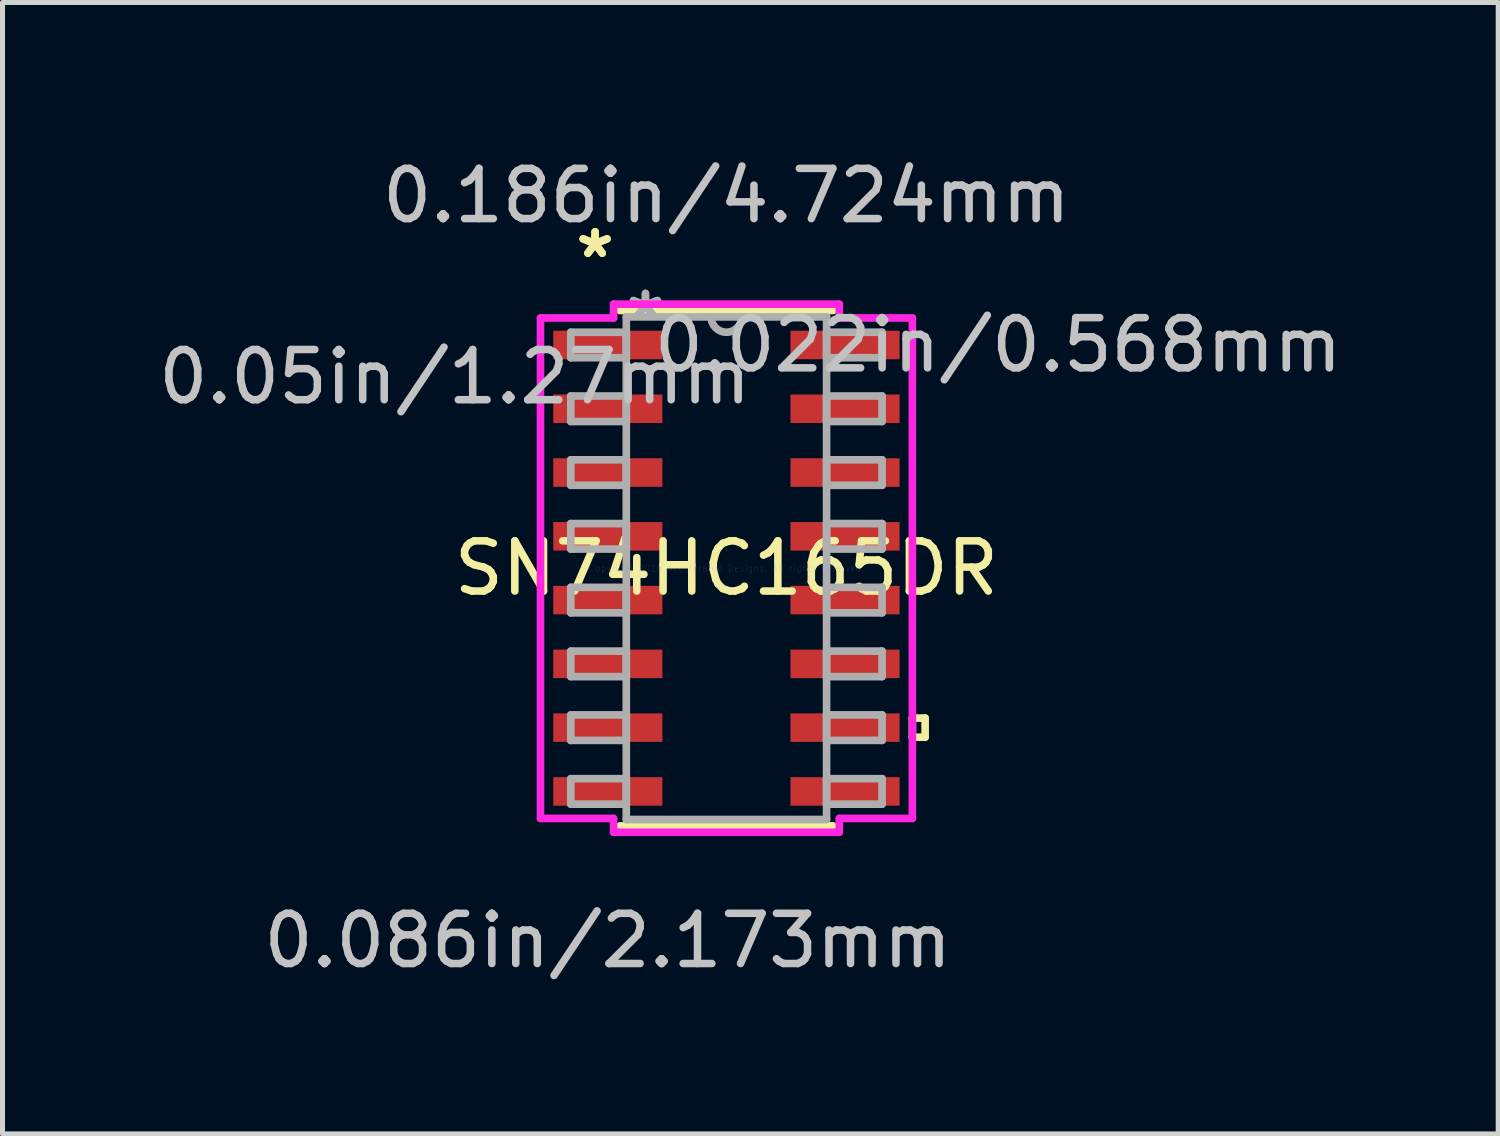
<source format=kicad_pcb>
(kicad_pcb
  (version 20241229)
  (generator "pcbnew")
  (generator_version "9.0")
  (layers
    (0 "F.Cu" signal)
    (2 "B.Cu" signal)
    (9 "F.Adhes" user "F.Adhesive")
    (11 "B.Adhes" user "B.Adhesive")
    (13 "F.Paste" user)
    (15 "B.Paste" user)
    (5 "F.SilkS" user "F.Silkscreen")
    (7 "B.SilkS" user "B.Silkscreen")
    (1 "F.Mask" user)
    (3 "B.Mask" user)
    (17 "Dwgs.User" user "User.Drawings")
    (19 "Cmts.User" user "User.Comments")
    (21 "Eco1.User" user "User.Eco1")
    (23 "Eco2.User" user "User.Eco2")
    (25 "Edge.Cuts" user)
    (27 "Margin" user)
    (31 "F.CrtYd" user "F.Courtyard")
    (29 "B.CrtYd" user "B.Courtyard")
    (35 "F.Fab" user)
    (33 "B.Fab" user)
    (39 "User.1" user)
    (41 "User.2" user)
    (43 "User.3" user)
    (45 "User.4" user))
  (footprint "SN74HC165DR"
    (layer "F.Cu")
    (at 11.416 8.265)
    (property "Reference" "SN74HC165DR" (at 0 0 0) (layer "F.SilkS") (effects (font (size 1 1) (thickness 0.15))))
    (attr through_hole)
    (fp_line (start -2.121 5.131) (end 2.121 5.131) (stroke (width 0.152) (type solid)) (layer "F.SilkS"))
    (fp_line (start 2.121 -5.131) (end -2.121 -5.131) (stroke (width 0.152) (type solid)) (layer "F.SilkS"))
    (fp_line (start 3.703 2.985) (end 3.957 2.985) (stroke (width 0.152) (type solid)) (layer "F.SilkS"))
    (fp_line (start 3.703 3.365) (end 3.703 2.985) (stroke (width 0.152) (type solid)) (layer "F.SilkS"))
    (fp_line (start 3.957 2.985) (end 3.957 3.365) (stroke (width 0.152) (type solid)) (layer "F.SilkS"))
    (fp_line (start 3.957 3.365) (end 3.703 3.365) (stroke (width 0.152) (type solid)) (layer "F.SilkS"))
    (fp_line (start -3.703 -4.983) (end -2.248 -4.983) (stroke (width 0.152) (type solid)) (layer "F.CrtYd"))
    (fp_line (start -3.703 4.983) (end -3.703 -4.983) (stroke (width 0.152) (type solid)) (layer "F.CrtYd"))
    (fp_line (start -2.248 -5.258) (end 2.248 -5.258) (stroke (width 0.152) (type solid)) (layer "F.CrtYd"))
    (fp_line (start -2.248 -4.983) (end -2.248 -5.258) (stroke (width 0.152) (type solid)) (layer "F.CrtYd"))
    (fp_line (start -2.248 4.983) (end -3.703 4.983) (stroke (width 0.152) (type solid)) (layer "F.CrtYd"))
    (fp_line (start -2.248 5.258) (end -2.248 4.983) (stroke (width 0.152) (type solid)) (layer "F.CrtYd"))
    (fp_line (start 2.248 -5.258) (end 2.248 -4.983) (stroke (width 0.152) (type solid)) (layer "F.CrtYd"))
    (fp_line (start 2.248 -4.983) (end 3.703 -4.983) (stroke (width 0.152) (type solid)) (layer "F.CrtYd"))
    (fp_line (start 2.248 4.983) (end 2.248 5.258) (stroke (width 0.152) (type solid)) (layer "F.CrtYd"))
    (fp_line (start 2.248 5.258) (end -2.248 5.258) (stroke (width 0.152) (type solid)) (layer "F.CrtYd"))
    (fp_line (start 3.703 -4.983) (end 3.703 4.983) (stroke (width 0.152) (type solid)) (layer "F.CrtYd"))
    (fp_line (start 3.703 4.983) (end 2.248 4.983) (stroke (width 0.152) (type solid)) (layer "F.CrtYd"))
    (fp_line (start -3.099 -4.699) (end -3.099 -4.191) (stroke (width 0.152) (type solid)) (layer "F.Fab"))
    (fp_line (start -3.099 -4.191) (end -1.994 -4.191) (stroke (width 0.152) (type solid)) (layer "F.Fab"))
    (fp_line (start -3.099 -3.429) (end -3.099 -2.921) (stroke (width 0.152) (type solid)) (layer "F.Fab"))
    (fp_line (start -3.099 -2.921) (end -1.994 -2.921) (stroke (width 0.152) (type solid)) (layer "F.Fab"))
    (fp_line (start -3.099 -2.159) (end -3.099 -1.651) (stroke (width 0.152) (type solid)) (layer "F.Fab"))
    (fp_line (start -3.099 -1.651) (end -1.994 -1.651) (stroke (width 0.152) (type solid)) (layer "F.Fab"))
    (fp_line (start -3.099 -0.889) (end -3.099 -0.381) (stroke (width 0.152) (type solid)) (layer "F.Fab"))
    (fp_line (start -3.099 -0.381) (end -1.994 -0.381) (stroke (width 0.152) (type solid)) (layer "F.Fab"))
    (fp_line (start -3.099 0.381) (end -3.099 0.889) (stroke (width 0.152) (type solid)) (layer "F.Fab"))
    (fp_line (start -3.099 0.889) (end -1.994 0.889) (stroke (width 0.152) (type solid)) (layer "F.Fab"))
    (fp_line (start -3.099 1.651) (end -3.099 2.159) (stroke (width 0.152) (type solid)) (layer "F.Fab"))
    (fp_line (start -3.099 2.159) (end -1.994 2.159) (stroke (width 0.152) (type solid)) (layer "F.Fab"))
    (fp_line (start -3.099 2.921) (end -3.099 3.429) (stroke (width 0.152) (type solid)) (layer "F.Fab"))
    (fp_line (start -3.099 3.429) (end -1.994 3.429) (stroke (width 0.152) (type solid)) (layer "F.Fab"))
    (fp_line (start -3.099 4.191) (end -3.099 4.699) (stroke (width 0.152) (type solid)) (layer "F.Fab"))
    (fp_line (start -3.099 4.699) (end -1.994 4.699) (stroke (width 0.152) (type solid)) (layer "F.Fab"))
    (fp_line (start -1.994 -5.004) (end -1.994 5.004) (stroke (width 0.152) (type solid)) (layer "F.Fab"))
    (fp_line (start -1.994 -4.699) (end -3.099 -4.699) (stroke (width 0.152) (type solid)) (layer "F.Fab"))
    (fp_line (start -1.994 -4.191) (end -1.994 -4.699) (stroke (width 0.152) (type solid)) (layer "F.Fab"))
    (fp_line (start -1.994 -3.429) (end -3.099 -3.429) (stroke (width 0.152) (type solid)) (layer "F.Fab"))
    (fp_line (start -1.994 -2.921) (end -1.994 -3.429) (stroke (width 0.152) (type solid)) (layer "F.Fab"))
    (fp_line (start -1.994 -2.159) (end -3.099 -2.159) (stroke (width 0.152) (type solid)) (layer "F.Fab"))
    (fp_line (start -1.994 -1.651) (end -1.994 -2.159) (stroke (width 0.152) (type solid)) (layer "F.Fab"))
    (fp_line (start -1.994 -0.889) (end -3.099 -0.889) (stroke (width 0.152) (type solid)) (layer "F.Fab"))
    (fp_line (start -1.994 -0.381) (end -1.994 -0.889) (stroke (width 0.152) (type solid)) (layer "F.Fab"))
    (fp_line (start -1.994 0.381) (end -3.099 0.381) (stroke (width 0.152) (type solid)) (layer "F.Fab"))
    (fp_line (start -1.994 0.889) (end -1.994 0.381) (stroke (width 0.152) (type solid)) (layer "F.Fab"))
    (fp_line (start -1.994 1.651) (end -3.099 1.651) (stroke (width 0.152) (type solid)) (layer "F.Fab"))
    (fp_line (start -1.994 2.159) (end -1.994 1.651) (stroke (width 0.152) (type solid)) (layer "F.Fab"))
    (fp_line (start -1.994 2.921) (end -3.099 2.921) (stroke (width 0.152) (type solid)) (layer "F.Fab"))
    (fp_line (start -1.994 3.429) (end -1.994 2.921) (stroke (width 0.152) (type solid)) (layer "F.Fab"))
    (fp_line (start -1.994 4.191) (end -3.099 4.191) (stroke (width 0.152) (type solid)) (layer "F.Fab"))
    (fp_line (start -1.994 4.699) (end -1.994 4.191) (stroke (width 0.152) (type solid)) (layer "F.Fab"))
    (fp_line (start -1.994 5.004) (end 1.994 5.004) (stroke (width 0.152) (type solid)) (layer "F.Fab"))
    (fp_line (start 1.994 -5.004) (end -1.994 -5.004) (stroke (width 0.152) (type solid)) (layer "F.Fab"))
    (fp_line (start 1.994 -4.699) (end 1.994 -4.191) (stroke (width 0.152) (type solid)) (layer "F.Fab"))
    (fp_line (start 1.994 -4.191) (end 3.099 -4.191) (stroke (width 0.152) (type solid)) (layer "F.Fab"))
    (fp_line (start 1.994 -3.429) (end 1.994 -2.921) (stroke (width 0.152) (type solid)) (layer "F.Fab"))
    (fp_line (start 1.994 -2.921) (end 3.099 -2.921) (stroke (width 0.152) (type solid)) (layer "F.Fab"))
    (fp_line (start 1.994 -2.159) (end 1.994 -1.651) (stroke (width 0.152) (type solid)) (layer "F.Fab"))
    (fp_line (start 1.994 -1.651) (end 3.099 -1.651) (stroke (width 0.152) (type solid)) (layer "F.Fab"))
    (fp_line (start 1.994 -0.889) (end 1.994 -0.381) (stroke (width 0.152) (type solid)) (layer "F.Fab"))
    (fp_line (start 1.994 -0.381) (end 3.099 -0.381) (stroke (width 0.152) (type solid)) (layer "F.Fab"))
    (fp_line (start 1.994 0.381) (end 1.994 0.889) (stroke (width 0.152) (type solid)) (layer "F.Fab"))
    (fp_line (start 1.994 0.889) (end 3.099 0.889) (stroke (width 0.152) (type solid)) (layer "F.Fab"))
    (fp_line (start 1.994 1.651) (end 1.994 2.159) (stroke (width 0.152) (type solid)) (layer "F.Fab"))
    (fp_line (start 1.994 2.159) (end 3.099 2.159) (stroke (width 0.152) (type solid)) (layer "F.Fab"))
    (fp_line (start 1.994 2.921) (end 1.994 3.429) (stroke (width 0.152) (type solid)) (layer "F.Fab"))
    (fp_line (start 1.994 3.429) (end 3.099 3.429) (stroke (width 0.152) (type solid)) (layer "F.Fab"))
    (fp_line (start 1.994 4.191) (end 1.994 4.699) (stroke (width 0.152) (type solid)) (layer "F.Fab"))
    (fp_line (start 1.994 4.699) (end 3.099 4.699) (stroke (width 0.152) (type solid)) (layer "F.Fab"))
    (fp_line (start 1.994 5.004) (end 1.994 -5.004) (stroke (width 0.152) (type solid)) (layer "F.Fab"))
    (fp_line (start 3.099 -4.699) (end 1.994 -4.699) (stroke (width 0.152) (type solid)) (layer "F.Fab"))
    (fp_line (start 3.099 -4.191) (end 3.099 -4.699) (stroke (width 0.152) (type solid)) (layer "F.Fab"))
    (fp_line (start 3.099 -3.429) (end 1.994 -3.429) (stroke (width 0.152) (type solid)) (layer "F.Fab"))
    (fp_line (start 3.099 -2.921) (end 3.099 -3.429) (stroke (width 0.152) (type solid)) (layer "F.Fab"))
    (fp_line (start 3.099 -2.159) (end 1.994 -2.159) (stroke (width 0.152) (type solid)) (layer "F.Fab"))
    (fp_line (start 3.099 -1.651) (end 3.099 -2.159) (stroke (width 0.152) (type solid)) (layer "F.Fab"))
    (fp_line (start 3.099 -0.889) (end 1.994 -0.889) (stroke (width 0.152) (type solid)) (layer "F.Fab"))
    (fp_line (start 3.099 -0.381) (end 3.099 -0.889) (stroke (width 0.152) (type solid)) (layer "F.Fab"))
    (fp_line (start 3.099 0.381) (end 1.994 0.381) (stroke (width 0.152) (type solid)) (layer "F.Fab"))
    (fp_line (start 3.099 0.889) (end 3.099 0.381) (stroke (width 0.152) (type solid)) (layer "F.Fab"))
    (fp_line (start 3.099 1.651) (end 1.994 1.651) (stroke (width 0.152) (type solid)) (layer "F.Fab"))
    (fp_line (start 3.099 2.159) (end 3.099 1.651) (stroke (width 0.152) (type solid)) (layer "F.Fab"))
    (fp_line (start 3.099 2.921) (end 1.994 2.921) (stroke (width 0.152) (type solid)) (layer "F.Fab"))
    (fp_line (start 3.099 3.429) (end 3.099 2.921) (stroke (width 0.152) (type solid)) (layer "F.Fab"))
    (fp_line (start 3.099 4.191) (end 1.994 4.191) (stroke (width 0.152) (type solid)) (layer "F.Fab"))
    (fp_line (start 3.099 4.699) (end 3.099 4.191) (stroke (width 0.152) (type solid)) (layer "F.Fab"))
    (fp_arc (start 0.3048 -5.0038) (mid 0 -4.699) (end -0.3048 -5.0038) (stroke (width 0.1524) (type solid)) (layer "F.Fab"))
    (fp_text user "*" (at -2.616 -6.156 0) (layer "F.SilkS") (effects (font (size 1 1) (thickness 0.15))))
    (fp_text user "*" (at -2.616 -6.156 0) (layer "F.SilkS") (effects (font (size 1 1) (thickness 0.15))))
    (fp_text user "0.022in/0.568mm" (at 5.41 -4.445 0) (layer "Dwgs.User") (effects (font (size 1 1) (thickness 0.15))))
    (fp_text user "0.086in/2.173mm" (at -2.362 7.417 0) (layer "Dwgs.User") (effects (font (size 1 1) (thickness 0.15))))
    (fp_text user "0.186in/4.724mm" (at 0 -7.417 0) (layer "Dwgs.User") (effects (font (size 1 1) (thickness 0.15))))
    (fp_text user "0.05in/1.27mm" (at -5.41 -3.81 0) (layer "Dwgs.User") (effects (font (size 1 1) (thickness 0.15))))
    (fp_text user "Copyright 2016 Accelerated Designs. All rights reserved." (at 0 0 0) (layer "Cmts.User") (effects (font (size 0.127 0.127) (thickness 0.002))))
    (fp_text user "*" (at -1.613 -4.928 0) (layer "F.Fab") (effects (font (size 1 1) (thickness 0.15))))
    (fp_text user "*" (at -1.613 -4.928 0) (layer "F.Fab") (effects (font (size 1 1) (thickness 0.15))))
    (pad "1" smd rect (at -2.362 -4.445) (size 2.173 0.568) (layers "F.Cu" "F.Mask" "F.Paste"))
    (pad "2" smd rect (at -2.362 -3.175) (size 2.173 0.568) (layers "F.Cu" "F.Mask" "F.Paste"))
    (pad "3" smd rect (at -2.362 -1.905) (size 2.173 0.568) (layers "F.Cu" "F.Mask" "F.Paste"))
    (pad "4" smd rect (at -2.362 -0.635) (size 2.173 0.568) (layers "F.Cu" "F.Mask" "F.Paste"))
    (pad "5" smd rect (at -2.362 0.635) (size 2.173 0.568) (layers "F.Cu" "F.Mask" "F.Paste"))
    (pad "6" smd rect (at -2.362 1.905) (size 2.173 0.568) (layers "F.Cu" "F.Mask" "F.Paste"))
    (pad "7" smd rect (at -2.362 3.175) (size 2.173 0.568) (layers "F.Cu" "F.Mask" "F.Paste"))
    (pad "8" smd rect (at -2.362 4.445) (size 2.173 0.568) (layers "F.Cu" "F.Mask" "F.Paste"))
    (pad "9" smd rect (at 2.362 4.445) (size 2.173 0.568) (layers "F.Cu" "F.Mask" "F.Paste"))
    (pad "10" smd rect (at 2.362 3.175) (size 2.173 0.568) (layers "F.Cu" "F.Mask" "F.Paste"))
    (pad "11" smd rect (at 2.362 1.905) (size 2.173 0.568) (layers "F.Cu" "F.Mask" "F.Paste"))
    (pad "12" smd rect (at 2.362 0.635) (size 2.173 0.568) (layers "F.Cu" "F.Mask" "F.Paste"))
    (pad "13" smd rect (at 2.362 -0.635) (size 2.173 0.568) (layers "F.Cu" "F.Mask" "F.Paste"))
    (pad "14" smd rect (at 2.362 -1.905) (size 2.173 0.568) (layers "F.Cu" "F.Mask" "F.Paste"))
    (pad "15" smd rect (at 2.362 -3.175) (size 2.173 0.568) (layers "F.Cu" "F.Mask" "F.Paste"))
    (pad "16" smd rect (at 2.362 -4.445) (size 2.173 0.568) (layers "F.Cu" "F.Mask" "F.Paste")))
  (gr_rect
    (start -3 -3)
    (end 26.785 19.53)
    (stroke (width 0.1) (type default))
    (fill no)
    (layer "Edge.Cuts")))
</source>
